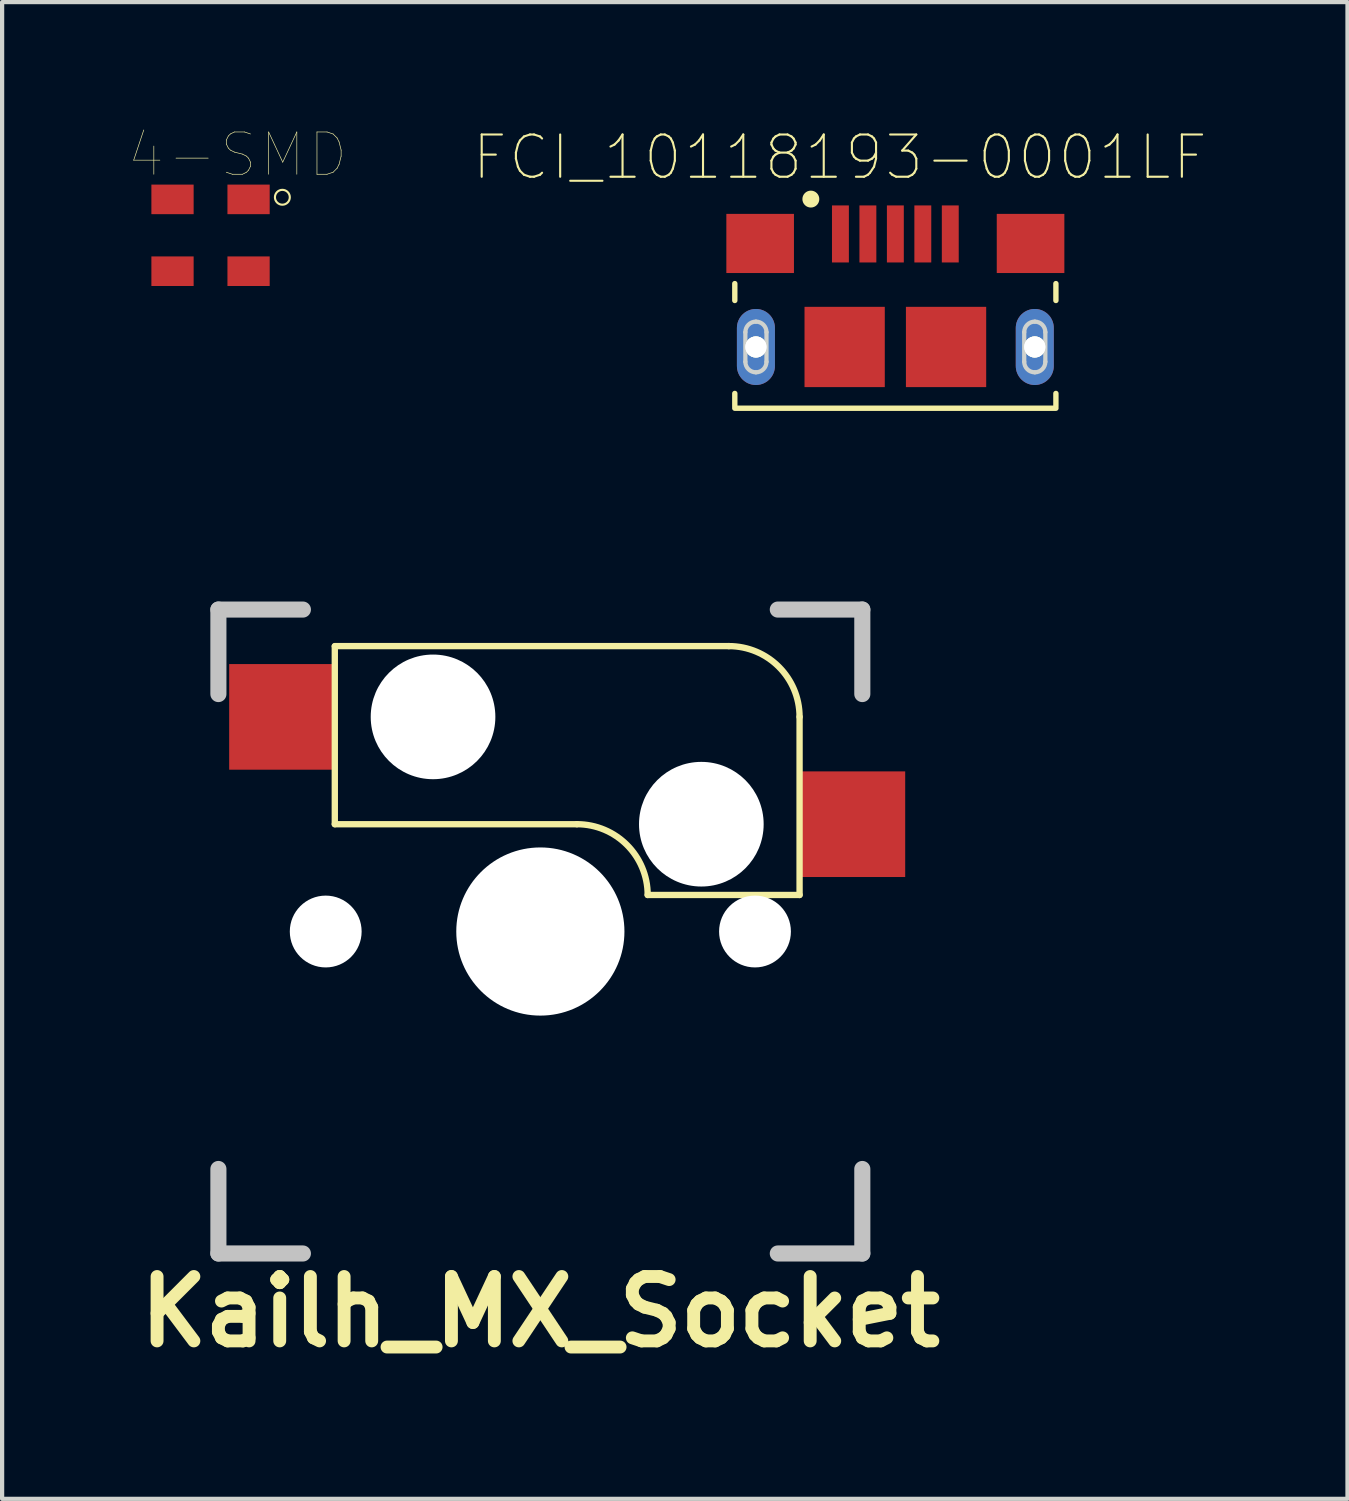
<source format=kicad_pcb>
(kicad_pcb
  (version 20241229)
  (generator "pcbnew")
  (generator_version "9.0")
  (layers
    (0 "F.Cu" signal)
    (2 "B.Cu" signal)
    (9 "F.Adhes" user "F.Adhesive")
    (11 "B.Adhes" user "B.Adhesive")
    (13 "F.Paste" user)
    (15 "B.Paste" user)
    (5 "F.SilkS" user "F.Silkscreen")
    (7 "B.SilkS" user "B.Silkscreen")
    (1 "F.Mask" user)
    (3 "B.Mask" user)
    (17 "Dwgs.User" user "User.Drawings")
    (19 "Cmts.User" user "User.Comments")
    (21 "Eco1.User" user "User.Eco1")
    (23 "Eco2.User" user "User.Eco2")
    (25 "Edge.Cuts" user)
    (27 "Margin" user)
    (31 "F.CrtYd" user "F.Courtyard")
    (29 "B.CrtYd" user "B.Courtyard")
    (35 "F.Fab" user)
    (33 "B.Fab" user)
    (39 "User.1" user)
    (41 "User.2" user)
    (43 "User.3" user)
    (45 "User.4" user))
  (footprint "FCI_10118193-0001LF"
    (layer "F.Cu")
    (at 18.141 5.162)
    (property "Reference" "FCI_10118193-0001LF" (at -1.314 -4.489 0) (layer "F.SilkS") (effects (font (size 1 1) (thickness 0.05))))
    (attr smd)
    (fp_line (start -3.8 -1.5) (end -3.8 -1.1) (stroke (width 0.127) (type solid)) (layer "F.SilkS"))
    (fp_line (start -3.8 1.1) (end -3.8 1.4) (stroke (width 0.127) (type solid)) (layer "F.SilkS"))
    (fp_line (start -3.8 1.45) (end 3.8 1.45) (stroke (width 0.127) (type solid)) (layer "F.SilkS"))
    (fp_line (start 3.8 -1.1) (end 3.8 -1.5) (stroke (width 0.127) (type solid)) (layer "F.SilkS"))
    (fp_line (start 3.8 1.1) (end 3.8 1.4) (stroke (width 0.127) (type solid)) (layer "F.SilkS"))
    (fp_circle (center -2 -3.5) (end -1.9 -3.5) (stroke (width 0.2) (type solid)) (fill no) (layer "F.SilkS"))
    (fp_line (start -4.2 -3.6) (end -4.2 3) (stroke (width 0.05) (type solid)) (layer "Eco1.User"))
    (fp_line (start -4.2 3) (end 4.2 3) (stroke (width 0.05) (type solid)) (layer "Eco1.User"))
    (fp_line (start 4.2 -3.6) (end -4.2 -3.6) (stroke (width 0.05) (type solid)) (layer "Eco1.User"))
    (fp_line (start 4.2 3) (end 4.2 -3.6) (stroke (width 0.05) (type solid)) (layer "Eco1.User"))
    (fp_line (start -3.93 2.5) (end -3.75 2.75) (stroke (width 0.127) (type solid)) (layer "Eco2.User"))
    (fp_line (start -3.8 -2.9) (end 3.8 -2.9) (stroke (width 0.127) (type solid)) (layer "Eco2.User"))
    (fp_line (start -3.8 2.1) (end -3.8 -2.9) (stroke (width 0.127) (type solid)) (layer "Eco2.User"))
    (fp_line (start -3.8 2.15) (end -3.8 2.1) (stroke (width 0.127) (type solid)) (layer "Eco2.User"))
    (fp_line (start -3.2 2.2) (end -3.2 2.75) (stroke (width 0.127) (type solid)) (layer "Eco2.User"))
    (fp_line (start -3.2 2.75) (end 3.2 2.75) (stroke (width 0.127) (type solid)) (layer "Eco2.User"))
    (fp_line (start 3.2 2.75) (end 3.2 2.2) (stroke (width 0.127) (type solid)) (layer "Eco2.User"))
    (fp_line (start 3.8 -2.9) (end 3.8 1.45) (stroke (width 0.127) (type solid)) (layer "Eco2.User"))
    (fp_line (start 3.8 1.45) (end 3.8 2.15) (stroke (width 0.127) (type solid)) (layer "Eco2.User"))
    (fp_line (start 3.8 1.45) (end 6.15 1.45) (stroke (width 0.127) (type solid)) (layer "Eco2.User"))
    (fp_line (start 3.8 2.15) (end -3.8 2.15) (stroke (width 0.127) (type solid)) (layer "Eco2.User"))
    (fp_line (start 3.93 2.5) (end 3.75 2.8) (stroke (width 0.127) (type solid)) (layer "Eco2.User"))
    (fp_arc (start -3.8 2.1) (mid -3.782157 2.326924) (end -3.93 2.5) (stroke (width 0.127) (type solid)) (layer "Eco2.User"))
    (fp_arc (start -3.4 2.2) (mid -3.461091 2.547487) (end -3.75 2.75) (stroke (width 0.127) (type solid)) (layer "Eco2.User"))
    (fp_arc (start 3.75 2.8) (mid 3.450736 2.572487) (end 3.4 2.2) (stroke (width 0.127) (type solid)) (layer "Eco2.User"))
    (fp_arc (start 3.93 2.5) (mid 3.782157 2.326924) (end 3.8 2.1) (stroke (width 0.127) (type solid)) (layer "Eco2.User"))
    (fp_line (start -3.55 0.35) (end -3.55 -0.35) (stroke (width 0.1) (type solid)) (layer "Edge.Cuts"))
    (fp_line (start -3.05 -0.35) (end -3.05 0.35) (stroke (width 0.1) (type solid)) (layer "Edge.Cuts"))
    (fp_line (start 3.05 0.35) (end 3.05 -0.35) (stroke (width 0.1) (type solid)) (layer "Edge.Cuts"))
    (fp_line (start 3.55 -0.35) (end 3.55 0.35) (stroke (width 0.1) (type solid)) (layer "Edge.Cuts"))
    (fp_arc (start -3.55 -0.35) (mid -3.476777 -0.526777) (end -3.3 -0.6) (stroke (width 0.1) (type solid)) (layer "Edge.Cuts"))
    (fp_arc (start -3.3 -0.6) (mid -3.123223 -0.526777) (end -3.05 -0.35) (stroke (width 0.1) (type solid)) (layer "Edge.Cuts"))
    (fp_arc (start -3.3 0.6) (mid -3.476777 0.526777) (end -3.55 0.35) (stroke (width 0.1) (type solid)) (layer "Edge.Cuts"))
    (fp_arc (start -3.05 0.35) (mid -3.123223 0.526777) (end -3.3 0.6) (stroke (width 0.1) (type solid)) (layer "Edge.Cuts"))
    (fp_arc (start 3.05 -0.35) (mid 3.123223 -0.526777) (end 3.3 -0.6) (stroke (width 0.1) (type solid)) (layer "Edge.Cuts"))
    (fp_arc (start 3.3 -0.6) (mid 3.476777 -0.526777) (end 3.55 -0.35) (stroke (width 0.1) (type solid)) (layer "Edge.Cuts"))
    (fp_arc (start 3.3 0.6) (mid 3.123223 0.526777) (end 3.05 0.35) (stroke (width 0.1) (type solid)) (layer "Edge.Cuts"))
    (fp_arc (start 3.55 0.35) (mid 3.476777 0.526777) (end 3.3 0.6) (stroke (width 0.1) (type solid)) (layer "Edge.Cuts"))
    (fp_text user "PCB~{END}" (at 4.75 1.3 0) (layer "Edge.Cuts") (effects (font (size 1 1) (thickness 0.05))))
    (pad "" np_thru_hole circle (at -3.3 0) (size 0.5 0.5) (drill 0.5) (layers "*.Cu" "*.Mask" "F.SilkS"))
    (pad "" np_thru_hole circle (at 3.3 0) (size 0.5 0.5) (drill 0.5) (layers "*.Cu" "*.Mask" "F.SilkS"))
    (pad "1" smd rect (at -1.3 -2.675) (size 0.4 1.35) (layers "F.Cu" "F.Mask" "F.Paste"))
    (pad "2" smd rect (at -0.65 -2.675) (size 0.4 1.35) (layers "F.Cu" "F.Mask" "F.Paste"))
    (pad "3" smd rect (at 0 -2.675) (size 0.4 1.35) (layers "F.Cu" "F.Mask" "F.Paste"))
    (pad "4" smd rect (at 0.65 -2.675) (size 0.4 1.35) (layers "F.Cu" "F.Mask" "F.Paste"))
    (pad "5" smd rect (at 1.3 -2.675) (size 0.4 1.35) (layers "F.Cu" "F.Mask" "F.Paste"))
    (pad "S1" smd rect (at -3.2 -2.45) (size 1.6 1.4) (layers "F.Cu" "F.Mask" "F.Paste"))
    (pad "S2" smd rect (at 3.2 -2.45) (size 1.6 1.4) (layers "F.Cu" "F.Mask" "F.Paste"))
    (pad "S3" smd rect (at 1.2 0) (size 1.9 1.9) (layers "F.Cu" "F.Mask" "F.Paste"))
    (pad "S4" smd rect (at -1.2 0) (size 1.9 1.9) (layers "F.Cu" "F.Mask" "F.Paste"))
    (pad "S5" thru_hole oval (at -3.3 0 90) (size 1.8 0.9) (drill 0.5) (layers "*.Cu" "*.Mask"))
    (pad "S6" thru_hole oval (at 3.3 0 90) (size 1.8 0.9) (drill 0.5) (layers "*.Cu" "*.Mask")))
  (footprint "Kailh_MX_Socket"
    (layer "F.Cu")
    (at 9.739 18.997)
    (property "Reference" "Kailh_MX_Socket" (at 0 9 0) (layer "F.SilkS") (effects (font (size 1.524 1.524) (thickness 0.305))))
    (attr through_hole)
    (fp_line (start -4.865 -6.75) (end -4.865 -2.54) (stroke (width 0.15) (type solid)) (layer "F.SilkS"))
    (fp_line (start 0.865 -2.54) (end -4.865 -2.54) (stroke (width 0.15) (type solid)) (layer "F.SilkS"))
    (fp_line (start 4.46 -6.755) (end -4.865 -6.755) (stroke (width 0.15) (type solid)) (layer "F.SilkS"))
    (fp_line (start 6.135 -5.08) (end 6.135 -0.865) (stroke (width 0.15) (type solid)) (layer "F.SilkS"))
    (fp_line (start 6.135 -0.865) (end 2.54 -0.865) (stroke (width 0.15) (type solid)) (layer "F.SilkS"))
    (fp_arc (start 0.865 -2.54) (mid 2.049404 -2.049404) (end 2.54 -0.865) (stroke (width 0.15) (type solid)) (layer "F.SilkS"))
    (fp_arc (start 4.46 -6.755) (mid 5.644404 -6.264404) (end 6.135 -5.08) (stroke (width 0.15) (type solid)) (layer "F.SilkS"))
    (fp_line (start -7.62 -7.62) (end -5.62 -7.62) (stroke (width 0.381) (type solid)) (layer "Dwgs.User"))
    (fp_line (start -7.62 -5.62) (end -7.62 -7.62) (stroke (width 0.381) (type solid)) (layer "Dwgs.User"))
    (fp_line (start -7.62 5.62) (end -7.62 7.62) (stroke (width 0.381) (type solid)) (layer "Dwgs.User"))
    (fp_line (start -7.62 7.62) (end -5.62 7.62) (stroke (width 0.381) (type solid)) (layer "Dwgs.User"))
    (fp_line (start 5.62 -7.62) (end 7.62 -7.62) (stroke (width 0.381) (type solid)) (layer "Dwgs.User"))
    (fp_line (start 5.62 7.62) (end 7.62 7.62) (stroke (width 0.381) (type solid)) (layer "Dwgs.User"))
    (fp_line (start 7.62 -7.62) (end 7.62 -5.62) (stroke (width 0.381) (type solid)) (layer "Dwgs.User"))
    (fp_line (start 7.62 5.62) (end 7.62 7.62) (stroke (width 0.381) (type solid)) (layer "Dwgs.User"))
    (pad "" np_thru_hole circle (at -5.08 0) (size 1.7 1.7) (drill 1.7) (layers "*.Cu" "*.Mask"))
    (pad "" np_thru_hole circle (at -2.54 -5.08) (size 2.95 2.95) (drill 2.95) (layers "*.Cu" "*.Mask"))
    (pad "" np_thru_hole circle (at 0 0) (size 3.98 3.98) (drill 3.98) (layers "*.Cu" "*.Mask"))
    (pad "" np_thru_hole circle (at 3.81 -2.54) (size 2.95 2.95) (drill 2.95) (layers "*.Cu" "*.Mask"))
    (pad "" np_thru_hole circle (at 5.08 0) (size 1.7 1.7) (drill 1.7) (layers "*.Cu" "*.Mask"))
    (pad "1" smd rect (at 7.36 -2.54) (size 2.55 2.5) (layers "F.Cu" "F.Mask" "F.Paste"))
    (pad "2" smd rect (at -6.09 -5.08) (size 2.55 2.5) (layers "F.Cu" "F.Mask" "F.Paste")))
  (footprint "4-SMD"
    (layer "F.Cu")
    (at 1.933 2.519)
    (property "Reference" "4-SMD" (at 0.636 -1.907 0) (layer "F.SilkS") (effects (font (size 1.001 1.001) (thickness 0.015))))
    (attr through_hole)
    (fp_circle (center 1.7 -0.9) (end 1.876 -0.9) (stroke (width 0.05) (type solid)) (fill no) (layer "F.SilkS"))
    (pad "1" smd rect (at 0.9 -0.85) (size 1 0.7) (layers "F.Cu" "F.Mask" "F.Paste"))
    (pad "2" smd rect (at -0.9 -0.85) (size 1 0.7) (layers "F.Cu" "F.Mask" "F.Paste"))
    (pad "3" smd rect (at -0.9 0.85) (size 1 0.7) (layers "F.Cu" "F.Mask" "F.Paste"))
    (pad "4" smd rect (at 0.9 0.85) (size 1 0.7) (layers "F.Cu" "F.Mask" "F.Paste")))
  (gr_rect
    (start -3 -3)
    (end 28.842 32.424)
    (stroke (width 0.1) (type default))
    (fill no)
    (layer "Edge.Cuts")))
</source>
